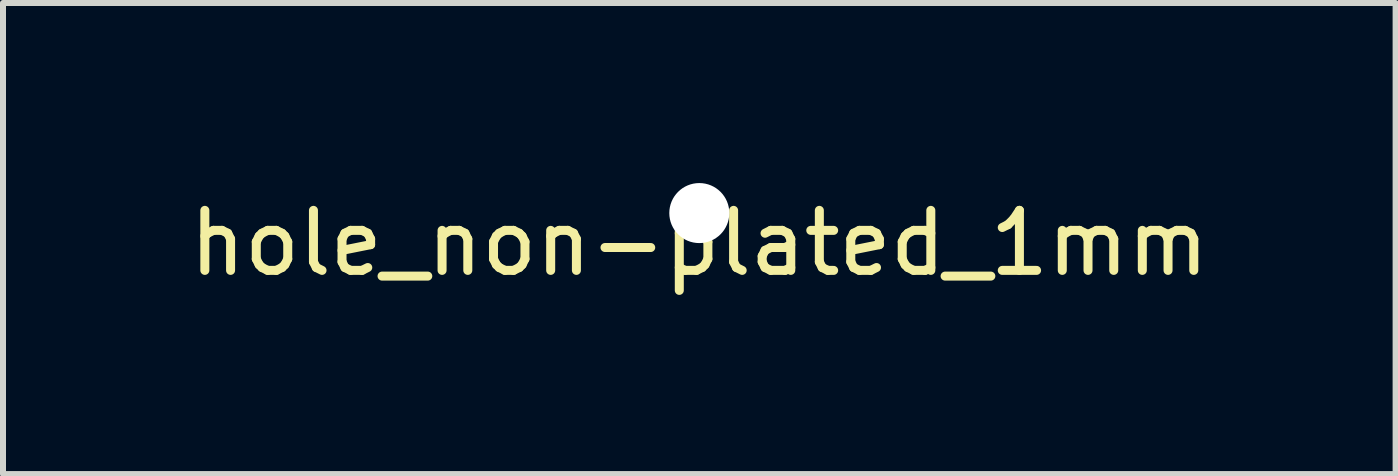
<source format=kicad_pcb>
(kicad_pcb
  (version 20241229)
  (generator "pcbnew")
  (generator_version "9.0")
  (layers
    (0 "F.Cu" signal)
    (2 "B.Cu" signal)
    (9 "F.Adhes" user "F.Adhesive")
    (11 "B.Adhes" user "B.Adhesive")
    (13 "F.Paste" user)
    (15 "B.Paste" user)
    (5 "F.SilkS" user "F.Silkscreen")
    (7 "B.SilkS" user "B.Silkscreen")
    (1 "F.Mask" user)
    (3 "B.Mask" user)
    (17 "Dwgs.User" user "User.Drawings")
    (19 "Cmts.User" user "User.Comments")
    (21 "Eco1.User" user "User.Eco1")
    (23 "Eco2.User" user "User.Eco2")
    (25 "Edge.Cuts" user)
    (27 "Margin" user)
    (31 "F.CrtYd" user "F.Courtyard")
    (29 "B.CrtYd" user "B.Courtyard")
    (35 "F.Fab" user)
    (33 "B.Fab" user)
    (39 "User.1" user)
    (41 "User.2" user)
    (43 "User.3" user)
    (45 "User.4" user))
  (footprint "hole_non-plated_1mm"
    (layer "F.Cu")
    (at 8.601 0.5)
    (property "Reference" "hole_non-plated_1mm" (at 0 0.5 0) (layer "F.SilkS") (effects (font (size 1 1) (thickness 0.15))))
    (attr through_hole)
    (pad "" np_thru_hole circle (at 0 0) (size 1 1) (drill 1) (layers "*.Cu" "*.Mask")))
  (gr_rect
    (start -3 -3)
    (end 20.202 4.848)
    (stroke (width 0.1) (type default))
    (fill no)
    (layer "Edge.Cuts")))
</source>
